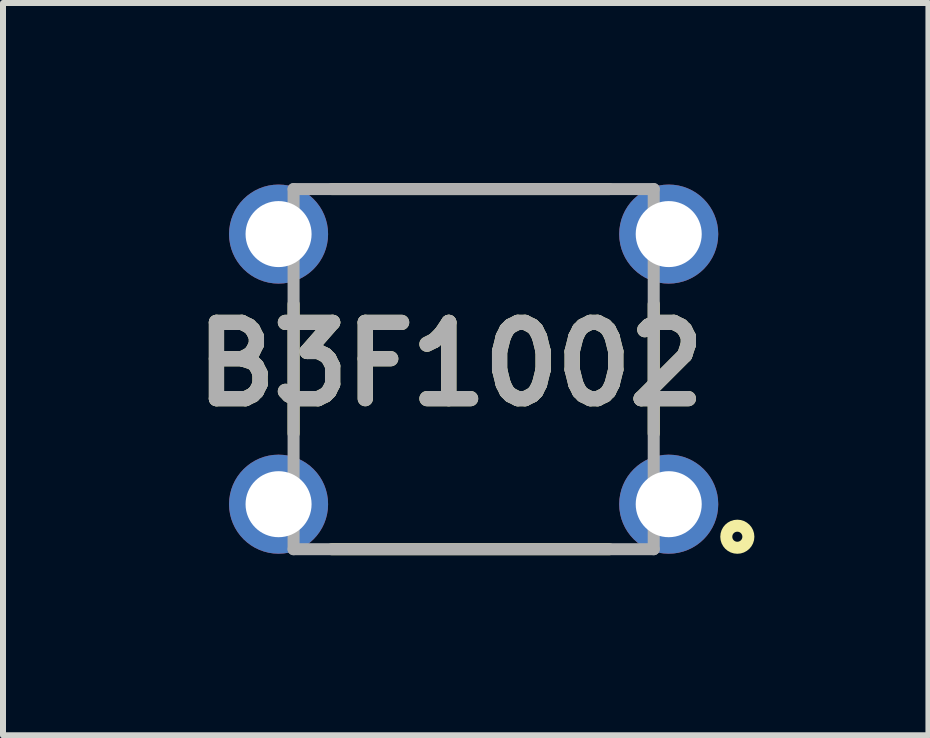
<source format=kicad_pcb>
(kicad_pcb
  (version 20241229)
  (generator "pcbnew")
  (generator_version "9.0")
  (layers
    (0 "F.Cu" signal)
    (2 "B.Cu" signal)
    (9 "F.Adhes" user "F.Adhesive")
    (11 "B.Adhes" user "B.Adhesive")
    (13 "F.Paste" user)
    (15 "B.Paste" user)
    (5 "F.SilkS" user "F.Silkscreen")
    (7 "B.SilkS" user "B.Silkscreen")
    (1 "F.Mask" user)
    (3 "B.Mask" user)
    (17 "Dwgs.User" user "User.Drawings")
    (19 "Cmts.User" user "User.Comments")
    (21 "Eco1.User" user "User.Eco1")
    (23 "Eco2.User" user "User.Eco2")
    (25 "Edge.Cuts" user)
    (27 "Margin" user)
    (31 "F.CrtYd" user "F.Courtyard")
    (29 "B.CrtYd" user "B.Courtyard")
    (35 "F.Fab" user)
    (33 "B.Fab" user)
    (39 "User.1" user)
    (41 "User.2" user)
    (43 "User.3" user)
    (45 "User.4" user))
  (footprint "B3F1002"
    (layer "F.Cu")
    (at 4.841 3.1)
    (property "Reference" "B3F1002" (at -0.384 -0.083 0) (layer "F.SilkS") (effects (font (size 1.27 1.27) (thickness 0.254))))
    (attr through_hole)
    (fp_line (start -3 -1.084) (end -3 1.073) (stroke (width 0.2) (type solid)) (layer "F.SilkS"))
    (fp_line (start -2.363 -3) (end 2.261 -3) (stroke (width 0.2) (type solid)) (layer "F.SilkS"))
    (fp_line (start -2.363 3) (end 2.261 3) (stroke (width 0.2) (type solid)) (layer "F.SilkS"))
    (fp_line (start 3 -1.084) (end 3 1.073) (stroke (width 0.2) (type solid)) (layer "F.SilkS"))
    (fp_circle (center 4.393 2.792) (end 4.393 2.876) (stroke (width 0.2) (type solid)) (fill no) (layer "F.SilkS"))
    (fp_line (start -3 -3) (end 3 -3) (stroke (width 0.2) (type solid)) (layer "F.Fab"))
    (fp_line (start -3 3) (end -3 -3) (stroke (width 0.2) (type solid)) (layer "F.Fab"))
    (fp_line (start 3 -3) (end 3 3) (stroke (width 0.2) (type solid)) (layer "F.Fab"))
    (fp_line (start 3 3) (end -3 3) (stroke (width 0.2) (type solid)) (layer "F.Fab"))
    (fp_text user "${REFERENCE}" (at -0.384 -0.083 0) (layer "F.Fab") (effects (font (size 1.27 1.27) (thickness 0.254))))
    (pad "1" thru_hole circle (at 3.25 2.25) (size 1.65 1.65) (drill 1.1) (layers "*.Cu" "*.Mask"))
    (pad "2" thru_hole circle (at -3.25 2.25) (size 1.65 1.65) (drill 1.1) (layers "*.Cu" "*.Mask"))
    (pad "3" thru_hole circle (at 3.25 -2.25) (size 1.65 1.65) (drill 1.1) (layers "*.Cu" "*.Mask"))
    (pad "4" thru_hole circle (at -3.25 -2.25) (size 1.65 1.65) (drill 1.1) (layers "*.Cu" "*.Mask")))
  (gr_rect
    (start -3 -3)
    (end 12.418 9.2)
    (stroke (width 0.1) (type default))
    (fill no)
    (layer "Edge.Cuts")))
</source>
